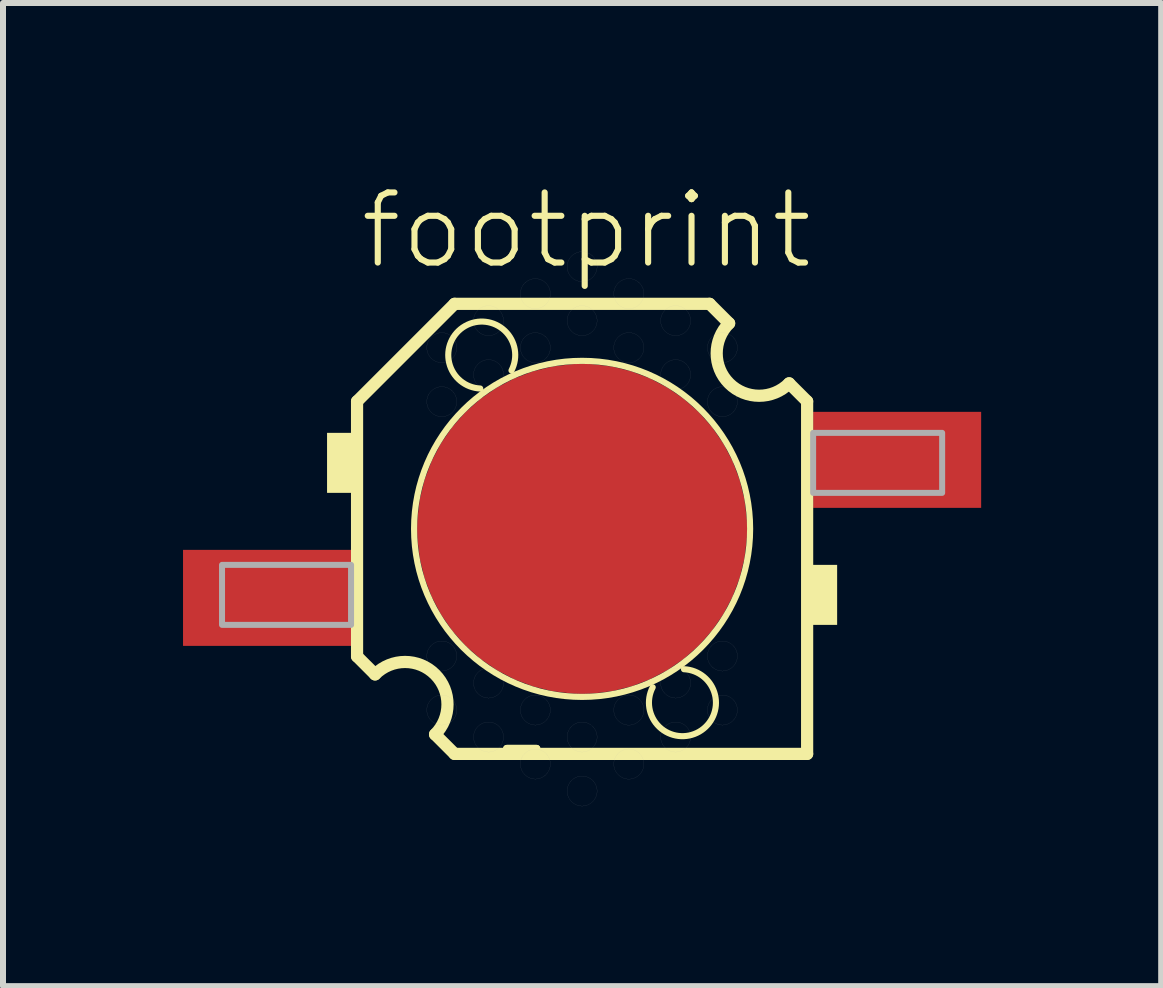
<source format=kicad_pcb>
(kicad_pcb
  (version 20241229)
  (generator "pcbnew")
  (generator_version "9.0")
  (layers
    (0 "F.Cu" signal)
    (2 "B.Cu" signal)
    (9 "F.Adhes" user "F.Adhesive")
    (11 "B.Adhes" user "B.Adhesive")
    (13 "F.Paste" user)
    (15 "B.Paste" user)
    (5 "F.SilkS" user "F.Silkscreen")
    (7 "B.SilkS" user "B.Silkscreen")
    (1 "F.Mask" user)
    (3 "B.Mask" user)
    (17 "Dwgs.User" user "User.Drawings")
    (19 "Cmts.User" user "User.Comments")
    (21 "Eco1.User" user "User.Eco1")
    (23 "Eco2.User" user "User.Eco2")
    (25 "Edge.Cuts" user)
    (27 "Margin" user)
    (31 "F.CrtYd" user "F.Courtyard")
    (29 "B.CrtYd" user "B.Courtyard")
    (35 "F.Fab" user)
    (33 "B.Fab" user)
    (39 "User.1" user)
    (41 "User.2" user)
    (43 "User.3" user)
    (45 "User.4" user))
  (footprint "footprint"
    (layer "F.Cu")
    (at 6.65 5.763)
    (property "Reference" "footprint" (at -3.75 -4.29 0) (layer "F.SilkS") (effects (font (size 1.168 1.168) (thickness 0.102)) (justify left bottom)))
    (fp_poly (pts (xy 2.424 -1.525) (xy 2.527 -1.353) (xy 2.527 1.459) (xy 0.000126 2.917) (xy -2.424 1.525) (xy -2.527 1.353) (xy -2.527 -1.459) (xy -0.077 -2.877) (xy 0.077 -2.877)) (stroke (width 0) (type solid)) (fill yes) (layer "F.Mask"))
    (fp_line (start -3.75 -2.125) (end -3.75 2.125) (stroke (width 0.203) (type solid)) (layer "F.SilkS"))
    (fp_line (start -3.75 2.125) (end -3.45 2.425) (stroke (width 0.203) (type solid)) (layer "F.SilkS"))
    (fp_line (start -2.45 3.425) (end -2.125 3.75) (stroke (width 0.203) (type solid)) (layer "F.SilkS"))
    (fp_line (start -2.125 -3.75) (end -3.75 -2.125) (stroke (width 0.203) (type solid)) (layer "F.SilkS"))
    (fp_line (start -2.125 3.75) (end 3.75 3.75) (stroke (width 0.203) (type solid)) (layer "F.SilkS"))
    (fp_line (start -1.256 3.66) (end -0.756 3.66) (stroke (width 0.12) (type solid)) (layer "F.SilkS"))
    (fp_line (start -1.256 3.66) (end -0.756 3.66) (stroke (width 0.12) (type solid)) (layer "F.SilkS"))
    (fp_line (start 2.125 -3.75) (end -2.125 -3.75) (stroke (width 0.203) (type solid)) (layer "F.SilkS"))
    (fp_line (start 2.45 -3.425) (end 2.125 -3.75) (stroke (width 0.203) (type solid)) (layer "F.SilkS"))
    (fp_line (start 3.75 -2.125) (end 3.45 -2.425) (stroke (width 0.203) (type solid)) (layer "F.SilkS"))
    (fp_line (start 3.75 3.75) (end 3.75 -2.125) (stroke (width 0.203) (type solid)) (layer "F.SilkS"))
    (fp_arc (start -3.449998 2.424998) (mid -2.449398 2.4244) (end -2.45 3.425) (stroke (width 0.2032) (type solid)) (layer "F.SilkS"))
    (fp_arc (start -1.697699 -2.3388) (mid -1.951264 -3.379595) (end -1.1766 -2.6397) (stroke (width 0.1016) (type solid)) (layer "F.SilkS"))
    (fp_arc (start 1.697699 2.3387) (mid 1.951478 3.379863) (end 1.1766 2.6396) (stroke (width 0.1016) (type solid)) (layer "F.SilkS"))
    (fp_arc (start 3.449998 -2.424998) (mid 2.449398 -2.4244) (end 2.45 -3.425) (stroke (width 0.2032) (type solid)) (layer "F.SilkS"))
    (fp_circle (center 0 0) (end 2.8 0) (stroke (width 0.102) (type solid)) (fill no) (layer "F.SilkS"))
    (fp_poly (pts (xy -4.25 -0.6) (xy -3.825 -0.6) (xy -3.825 -1.6) (xy -4.25 -1.6)) (stroke (width 0) (type solid)) (fill yes) (layer "F.SilkS"))
    (fp_poly (pts (xy 4.25 0.6) (xy 3.825 0.6) (xy 3.825 1.6) (xy 4.25 1.6)) (stroke (width 0) (type solid)) (fill yes) (layer "F.SilkS"))
    (fp_poly (pts (xy -6.25 -0.5) (xy -4.25 -0.5) (xy -4.25 -1.75) (xy -6.25 -1.75)) (stroke (width 0) (type solid)) (fill yes) (layer "F.Paste"))
    (fp_poly (pts (xy -6.25 1.75) (xy -4.25 1.75) (xy -4.25 0.5) (xy -6.25 0.5)) (stroke (width 0) (type solid)) (fill yes) (layer "F.Paste"))
    (fp_poly (pts (xy 2.424 -1.525) (xy 2.527 -1.353) (xy 2.527 1.459) (xy 0.000126 2.917) (xy -2.424 1.525) (xy -2.527 1.353) (xy -2.527 -1.459) (xy -0.077 -2.877) (xy 0.077 -2.877)) (stroke (width 0) (type solid)) (fill yes) (layer "F.Paste"))
    (fp_circle (center -2.338 -3.019) (end -2.088 -3.019) (stroke (width 0.001) (type solid)) (fill no) (layer "F.Fab"))
    (fp_circle (center -2.338 -2.119) (end -2.088 -2.119) (stroke (width 0.001) (type solid)) (fill no) (layer "F.Fab"))
    (fp_circle (center -2.338 2.119) (end -2.088 2.119) (stroke (width 0.001) (type solid)) (fill no) (layer "F.Fab"))
    (fp_circle (center -2.338 3.019) (end -2.088 3.019) (stroke (width 0.001) (type solid)) (fill no) (layer "F.Fab"))
    (fp_circle (center -1.559 -3.469) (end -1.309 -3.469) (stroke (width 0.001) (type solid)) (fill no) (layer "F.Fab"))
    (fp_circle (center -1.559 -2.569) (end -1.309 -2.569) (stroke (width 0.001) (type solid)) (fill no) (layer "F.Fab"))
    (fp_circle (center -1.559 2.569) (end -1.309 2.569) (stroke (width 0.001) (type solid)) (fill no) (layer "F.Fab"))
    (fp_circle (center -1.559 3.469) (end -1.309 3.469) (stroke (width 0.001) (type solid)) (fill no) (layer "F.Fab"))
    (fp_circle (center -0.779 -3.919) (end -0.529 -3.919) (stroke (width 0.001) (type solid)) (fill no) (layer "F.Fab"))
    (fp_circle (center -0.779 -3.019) (end -0.529 -3.019) (stroke (width 0.001) (type solid)) (fill no) (layer "F.Fab"))
    (fp_circle (center -0.779 3.019) (end -0.529 3.019) (stroke (width 0.001) (type solid)) (fill no) (layer "F.Fab"))
    (fp_circle (center -0.779 3.919) (end -0.529 3.919) (stroke (width 0.001) (type solid)) (fill no) (layer "F.Fab"))
    (fp_circle (center 0.0001 -4.369) (end 0.25 -4.369) (stroke (width 0.001) (type solid)) (fill no) (layer "F.Fab"))
    (fp_circle (center 0.0001 -3.469) (end 0.25 -3.469) (stroke (width 0.001) (type solid)) (fill no) (layer "F.Fab"))
    (fp_circle (center 0.0001 3.469) (end 0.25 3.469) (stroke (width 0.001) (type solid)) (fill no) (layer "F.Fab"))
    (fp_circle (center 0.0001 4.369) (end 0.25 4.369) (stroke (width 0.001) (type solid)) (fill no) (layer "F.Fab"))
    (fp_circle (center 0.779 -3.919) (end 1.03 -3.919) (stroke (width 0.001) (type solid)) (fill no) (layer "F.Fab"))
    (fp_circle (center 0.779 -3.019) (end 1.03 -3.019) (stroke (width 0.001) (type solid)) (fill no) (layer "F.Fab"))
    (fp_circle (center 0.779 3.019) (end 1.03 3.019) (stroke (width 0.001) (type solid)) (fill no) (layer "F.Fab"))
    (fp_circle (center 0.779 3.919) (end 1.03 3.919) (stroke (width 0.001) (type solid)) (fill no) (layer "F.Fab"))
    (fp_circle (center 1.559 -3.469) (end 1.809 -3.469) (stroke (width 0.001) (type solid)) (fill no) (layer "F.Fab"))
    (fp_circle (center 1.559 -2.569) (end 1.809 -2.569) (stroke (width 0.001) (type solid)) (fill no) (layer "F.Fab"))
    (fp_circle (center 1.559 2.569) (end 1.809 2.569) (stroke (width 0.001) (type solid)) (fill no) (layer "F.Fab"))
    (fp_circle (center 1.559 3.469) (end 1.809 3.469) (stroke (width 0.001) (type solid)) (fill no) (layer "F.Fab"))
    (fp_circle (center 2.338 -3.019) (end 2.588 -3.019) (stroke (width 0.001) (type solid)) (fill no) (layer "F.Fab"))
    (fp_circle (center 2.338 -2.119) (end 2.588 -2.119) (stroke (width 0.001) (type solid)) (fill no) (layer "F.Fab"))
    (fp_circle (center 2.338 2.119) (end 2.588 2.119) (stroke (width 0.001) (type solid)) (fill no) (layer "F.Fab"))
    (fp_circle (center 2.338 3.019) (end 2.588 3.019) (stroke (width 0.001) (type solid)) (fill no) (layer "F.Fab"))
    (fp_poly (pts (xy -6 1.6) (xy -3.85 1.6) (xy -3.85 0.6) (xy -6 0.6)) (stroke (width 0.1) (type solid)) (fill no) (layer "F.Fab"))
    (fp_poly (pts (xy 6 -1.6) (xy 3.85 -1.6) (xy 3.85 -0.6) (xy 6 -0.6)) (stroke (width 0.1) (type solid)) (fill no) (layer "F.Fab"))
    (pad "2" smd rect (at -5.25 1.15) (size 2.8 1.6) (layers "F.Cu" "F.Mask"))
    (pad "4" smd rect (at 5.25 -1.15) (size 2.8 1.6) (layers "F.Cu" "F.Mask"))
    (pad "TH" smd roundrect (at 0 0) (size 5.5 5.5) (layers "F.Cu") (roundrect_rratio 0.5)))
  (gr_rect
    (start -3 -3)
    (end 16.3 13.383)
    (stroke (width 0.1) (type default))
    (fill no)
    (layer "Edge.Cuts")))
</source>
